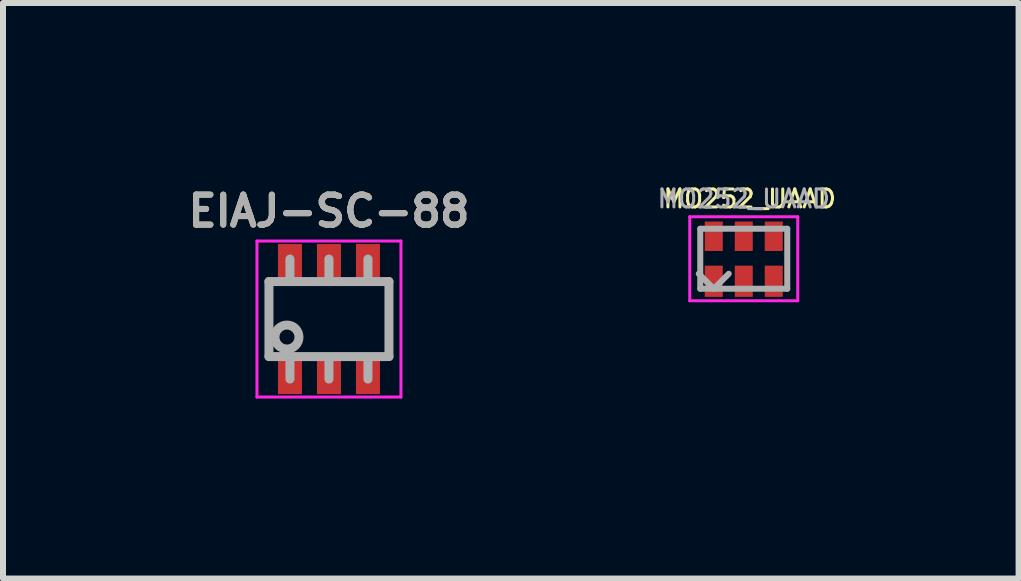
<source format=kicad_pcb>
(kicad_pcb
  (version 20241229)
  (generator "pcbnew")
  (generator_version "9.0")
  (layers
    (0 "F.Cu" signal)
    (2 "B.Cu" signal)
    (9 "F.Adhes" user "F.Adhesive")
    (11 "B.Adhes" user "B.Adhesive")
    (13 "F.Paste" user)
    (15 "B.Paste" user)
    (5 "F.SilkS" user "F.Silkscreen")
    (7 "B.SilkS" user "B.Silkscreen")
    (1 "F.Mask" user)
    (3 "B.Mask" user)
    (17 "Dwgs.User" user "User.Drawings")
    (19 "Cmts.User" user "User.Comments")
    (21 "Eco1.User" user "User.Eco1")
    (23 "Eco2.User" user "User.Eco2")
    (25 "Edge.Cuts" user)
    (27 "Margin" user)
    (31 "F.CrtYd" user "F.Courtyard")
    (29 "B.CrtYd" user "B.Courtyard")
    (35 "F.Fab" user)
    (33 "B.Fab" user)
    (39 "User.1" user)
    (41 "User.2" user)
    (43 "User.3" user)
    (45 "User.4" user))
  (footprint "MO252_UAAD"
    (layer "F.Cu")
    (at 9.347 1.263)
    (property "Reference" "MO252_UAAD" (at 0.1 -1 0) (layer "F.SilkS") (effects (font (size 0.3 0.3) (thickness 0.05))))
    (attr through_hole)
    (fp_line (start -0.9 -0.7) (end -0.9 0.7) (stroke (width 0.05) (type solid)) (layer "F.CrtYd"))
    (fp_line (start -0.9 0.7) (end 0.9 0.7) (stroke (width 0.05) (type solid)) (layer "F.CrtYd"))
    (fp_line (start 0.9 -0.7) (end -0.9 -0.7) (stroke (width 0.05) (type solid)) (layer "F.CrtYd"))
    (fp_line (start 0.9 0.7) (end 0.9 -0.7) (stroke (width 0.05) (type solid)) (layer "F.CrtYd"))
    (fp_line (start -0.725 -0.5) (end -0.725 0.5) (stroke (width 0.1) (type solid)) (layer "F.Fab"))
    (fp_line (start -0.725 0.5) (end 0.725 0.5) (stroke (width 0.1) (type solid)) (layer "F.Fab"))
    (fp_line (start -0.5 0.5) (end -0.75 0.25) (stroke (width 0.1) (type solid)) (layer "F.Fab"))
    (fp_line (start -0.25 0.25) (end -0.5 0.5) (stroke (width 0.1) (type solid)) (layer "F.Fab"))
    (fp_line (start 0.725 -0.5) (end -0.725 -0.5) (stroke (width 0.1) (type solid)) (layer "F.Fab"))
    (fp_line (start 0.725 0.5) (end 0.725 -0.5) (stroke (width 0.1) (type solid)) (layer "F.Fab"))
    (fp_text user "${REFERENCE}" (at 0 -1 0) (layer "F.Fab") (effects (font (size 0.3 0.3) (thickness 0.05))))
    (pad "1" smd rect (at -0.5 0.375) (size 0.3 0.52) (layers "F.Cu" "F.Mask" "F.Paste"))
    (pad "2" smd rect (at 0 0.375) (size 0.3 0.52) (layers "F.Cu" "F.Mask" "F.Paste"))
    (pad "3" smd rect (at 0.5 0.375) (size 0.3 0.52) (layers "F.Cu" "F.Mask" "F.Paste"))
    (pad "4" smd rect (at 0.5 -0.375) (size 0.3 0.49) (layers "F.Cu" "F.Mask" "F.Paste"))
    (pad "5" smd rect (at 0 -0.375) (size 0.3 0.49) (layers "F.Cu" "F.Mask" "F.Paste"))
    (pad "6" smd rect (at -0.5 -0.375) (size 0.3 0.49) (layers "F.Cu" "F.Mask" "F.Paste")))
  (footprint "EIAJ-SC-88"
    (layer "F.Cu")
    (at 2.433 2.268)
    (property "Reference" "EIAJ-SC-88" (at 0 -1.8 0) (layer "F.SilkS") (effects (font (size 0.5 0.5) (thickness 0.1))))
    (attr smd)
    (fp_line (start -1.2 -1.3) (end 1.2 -1.3) (stroke (width 0.05) (type solid)) (layer "F.CrtYd"))
    (fp_line (start -1.2 1.3) (end -1.2 -1.3) (stroke (width 0.05) (type solid)) (layer "F.CrtYd"))
    (fp_line (start 1.2 -1.3) (end 1.2 1.3) (stroke (width 0.05) (type solid)) (layer "F.CrtYd"))
    (fp_line (start 1.2 1.3) (end -1.2 1.3) (stroke (width 0.05) (type solid)) (layer "F.CrtYd"))
    (fp_line (start -1 -0.625) (end -1 0.625) (stroke (width 0.15) (type solid)) (layer "F.Fab"))
    (fp_line (start -1 0.625) (end 1 0.625) (stroke (width 0.15) (type solid)) (layer "F.Fab"))
    (fp_line (start -0.65 -0.7) (end -0.65 -1) (stroke (width 0.15) (type solid)) (layer "F.Fab"))
    (fp_line (start -0.65 0.7) (end -0.65 1) (stroke (width 0.15) (type solid)) (layer "F.Fab"))
    (fp_line (start 0 -0.7) (end 0 -1) (stroke (width 0.15) (type solid)) (layer "F.Fab"))
    (fp_line (start 0 0.7) (end 0 1) (stroke (width 0.15) (type solid)) (layer "F.Fab"))
    (fp_line (start 0.65 -0.7) (end 0.65 -1) (stroke (width 0.15) (type solid)) (layer "F.Fab"))
    (fp_line (start 0.65 0.7) (end 0.65 1) (stroke (width 0.15) (type solid)) (layer "F.Fab"))
    (fp_line (start 1 -0.625) (end -1 -0.625) (stroke (width 0.15) (type solid)) (layer "F.Fab"))
    (fp_line (start 1 0.625) (end 1 -0.625) (stroke (width 0.15) (type solid)) (layer "F.Fab"))
    (fp_circle (center -0.7 0.3) (end -0.9 0.3) (stroke (width 0.15) (type solid)) (fill no) (layer "F.Fab"))
    (fp_text user "${REFERENCE}" (at 0 -1.8 0) (layer "F.Fab") (effects (font (size 0.5 0.5) (thickness 0.1))))
    (pad "1" smd rect (at -0.65 0.95) (size 0.4 0.6) (layers "F.Cu" "F.Mask" "F.Paste"))
    (pad "2" smd rect (at 0 0.95) (size 0.4 0.6) (layers "F.Cu" "F.Mask" "F.Paste"))
    (pad "3" smd rect (at 0.65 0.95) (size 0.4 0.6) (layers "F.Cu" "F.Mask" "F.Paste"))
    (pad "4" smd rect (at 0.65 -0.95) (size 0.4 0.6) (layers "F.Cu" "F.Mask" "F.Paste"))
    (pad "5" smd rect (at 0 -0.95) (size 0.4 0.6) (layers "F.Cu" "F.Mask" "F.Paste"))
    (pad "6" smd rect (at -0.65 -0.95) (size 0.4 0.6) (layers "F.Cu" "F.Mask" "F.Paste")))
  (gr_rect
    (start -3 -3)
    (end 13.928 6.593)
    (stroke (width 0.1) (type default))
    (fill no)
    (layer "Edge.Cuts")))
</source>
